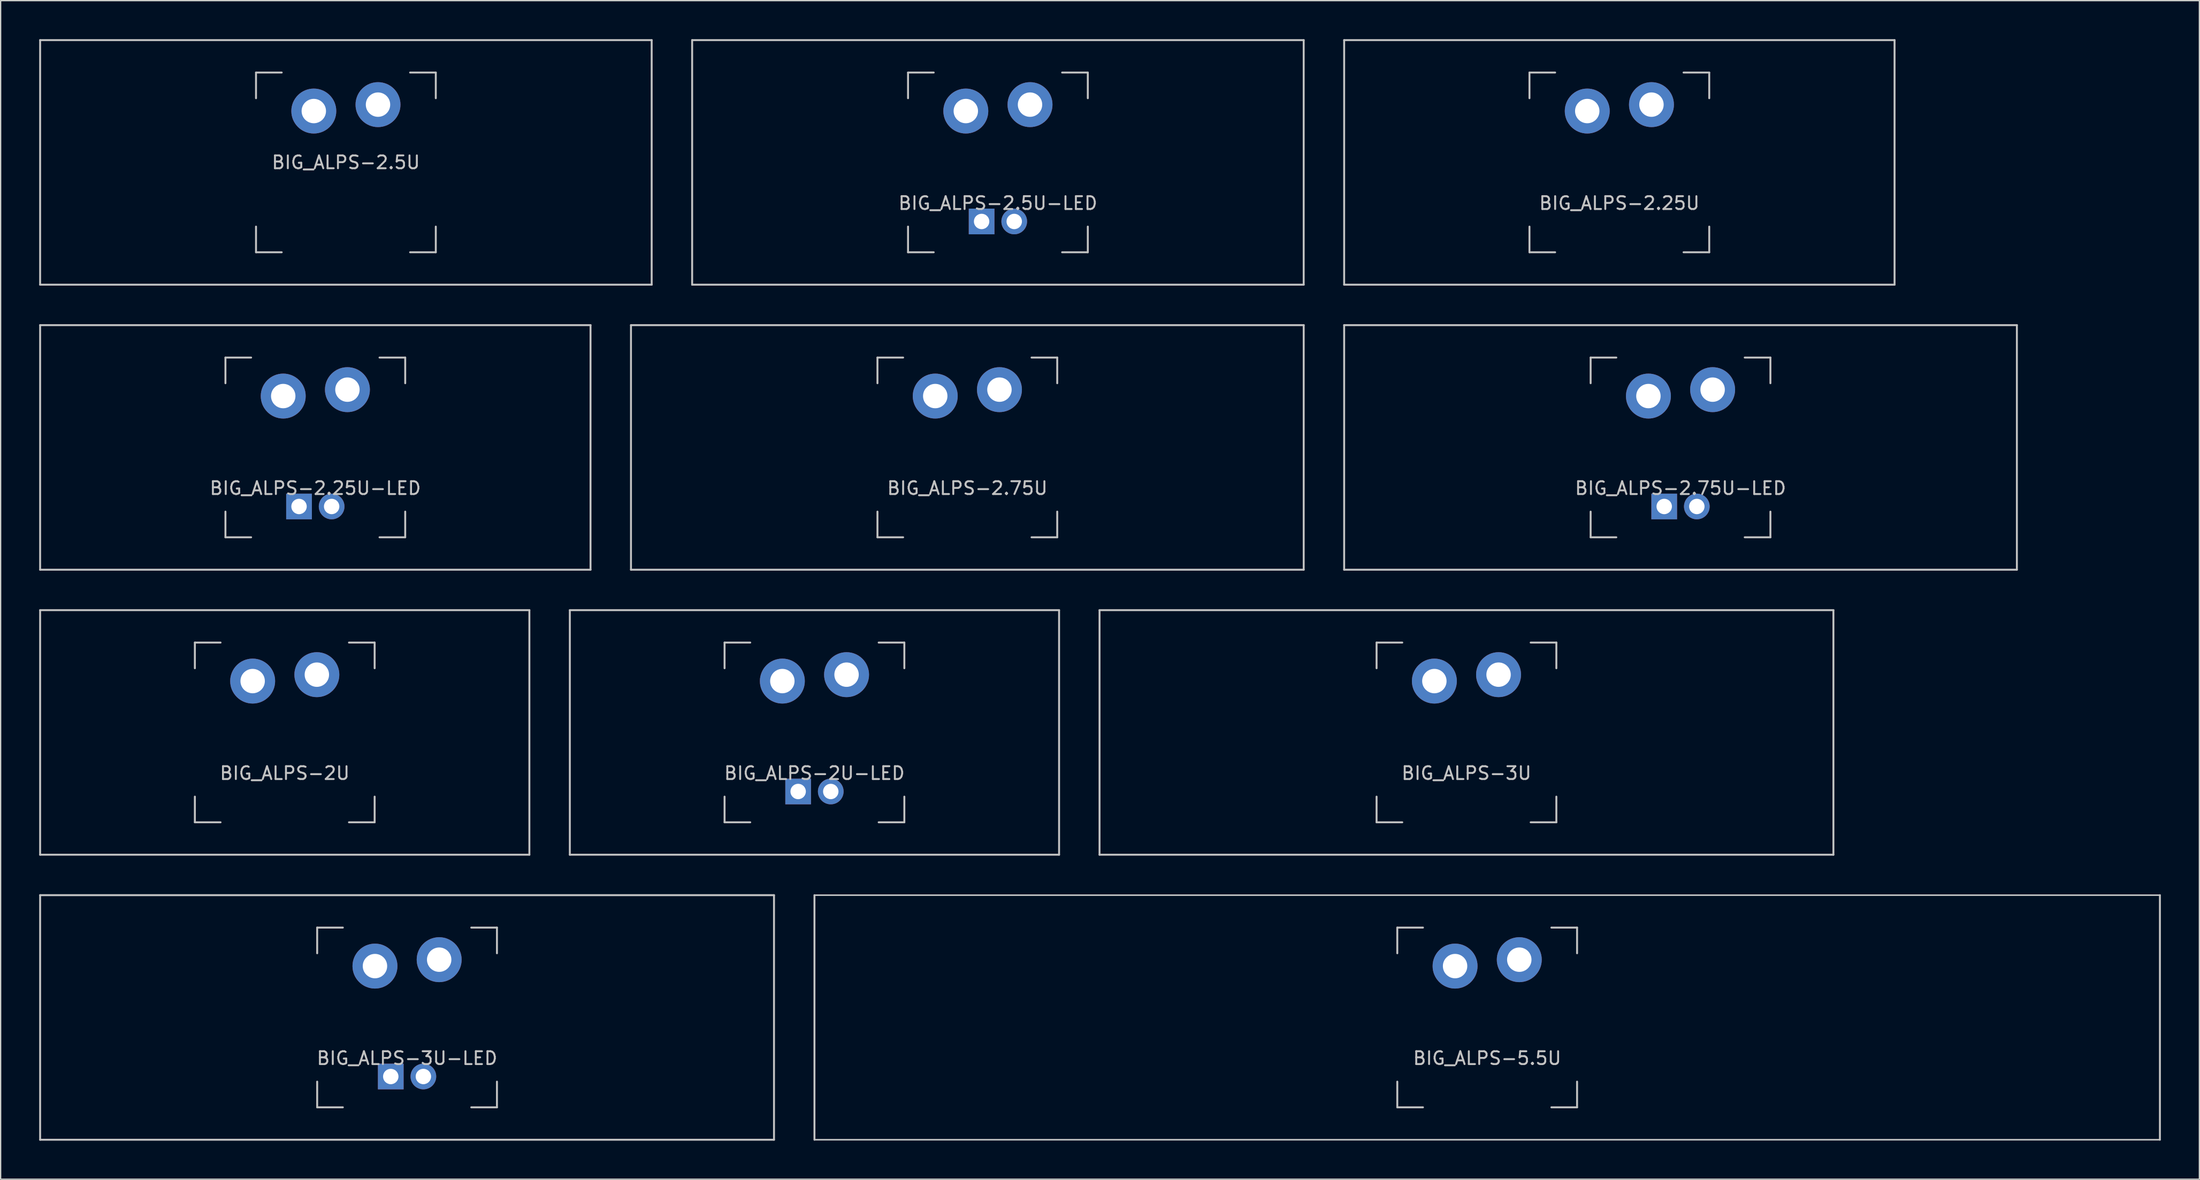
<source format=kicad_pcb>
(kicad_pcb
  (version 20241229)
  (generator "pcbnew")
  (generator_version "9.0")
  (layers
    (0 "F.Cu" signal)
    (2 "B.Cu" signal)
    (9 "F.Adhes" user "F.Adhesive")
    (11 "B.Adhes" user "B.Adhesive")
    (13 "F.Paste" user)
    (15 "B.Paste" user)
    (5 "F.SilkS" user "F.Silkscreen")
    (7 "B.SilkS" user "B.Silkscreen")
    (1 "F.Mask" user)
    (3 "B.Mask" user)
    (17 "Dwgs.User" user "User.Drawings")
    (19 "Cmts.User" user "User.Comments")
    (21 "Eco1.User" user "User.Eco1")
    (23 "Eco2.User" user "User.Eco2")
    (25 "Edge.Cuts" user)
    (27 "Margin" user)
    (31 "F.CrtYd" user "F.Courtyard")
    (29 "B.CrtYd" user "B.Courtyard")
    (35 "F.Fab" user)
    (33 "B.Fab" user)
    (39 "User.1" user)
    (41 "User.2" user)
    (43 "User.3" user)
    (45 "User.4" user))
  (footprint "BIG_ALPS-3U-LED"
    (layer "F.Cu")
    (at 28.65 76.2)
    (property "Reference" "BIG_ALPS-3U-LED" (at 0 3.175 0) (layer "Dwgs.User") (effects (font (size 1 1) (thickness 0.15))))
    (attr through_hole)
    (fp_line (start -28.575 -9.525) (end 28.575 -9.525) (stroke (width 0.15) (type solid)) (layer "Dwgs.User"))
    (fp_line (start -28.575 9.525) (end -28.575 -9.525) (stroke (width 0.15) (type solid)) (layer "Dwgs.User"))
    (fp_line (start -28.575 9.525) (end 28.575 9.525) (stroke (width 0.15) (type solid)) (layer "Dwgs.User"))
    (fp_line (start -7 -7) (end -7 -5) (stroke (width 0.15) (type solid)) (layer "Dwgs.User"))
    (fp_line (start -7 5) (end -7 7) (stroke (width 0.15) (type solid)) (layer "Dwgs.User"))
    (fp_line (start -7 7) (end -5 7) (stroke (width 0.15) (type solid)) (layer "Dwgs.User"))
    (fp_line (start -5 -7) (end -7 -7) (stroke (width 0.15) (type solid)) (layer "Dwgs.User"))
    (fp_line (start 5 -7) (end 7 -7) (stroke (width 0.15) (type solid)) (layer "Dwgs.User"))
    (fp_line (start 5 7) (end 7 7) (stroke (width 0.15) (type solid)) (layer "Dwgs.User"))
    (fp_line (start 7 -7) (end 7 -5) (stroke (width 0.15) (type solid)) (layer "Dwgs.User"))
    (fp_line (start 7 7) (end 7 5) (stroke (width 0.15) (type solid)) (layer "Dwgs.User"))
    (fp_line (start 28.575 -9.525) (end 28.575 9.525) (stroke (width 0.15) (type solid)) (layer "Dwgs.User"))
    (pad "1" thru_hole circle (at -2.5 -4) (size 3.5 3.5) (drill 1.9) (layers "*.Cu" "B.Mask"))
    (pad "2" thru_hole circle (at 2.5 -4.5) (size 3.5 3.5) (drill 1.9) (layers "*.Cu" "B.Mask"))
    (pad "3" thru_hole circle (at 1.27 4.6) (size 2 2) (drill 1.2) (layers "*.Cu" "B.Mask"))
    (pad "4" thru_hole rect (at -1.27 4.6) (size 2 2) (drill 1.2) (layers "*.Cu" "B.Mask")))
  (footprint "BIG_ALPS-2.5U-LED"
    (layer "F.Cu")
    (at 74.662 9.6)
    (property "Reference" "BIG_ALPS-2.5U-LED" (at 0 3.175 0) (layer "Dwgs.User") (effects (font (size 1 1) (thickness 0.15))))
    (attr through_hole)
    (fp_line (start -23.812 -9.525) (end 23.812 -9.525) (stroke (width 0.15) (type solid)) (layer "Dwgs.User"))
    (fp_line (start -23.812 9.525) (end -23.812 -9.525) (stroke (width 0.15) (type solid)) (layer "Dwgs.User"))
    (fp_line (start -23.812 9.525) (end 23.812 9.525) (stroke (width 0.15) (type solid)) (layer "Dwgs.User"))
    (fp_line (start -7 -7) (end -7 -5) (stroke (width 0.15) (type solid)) (layer "Dwgs.User"))
    (fp_line (start -7 5) (end -7 7) (stroke (width 0.15) (type solid)) (layer "Dwgs.User"))
    (fp_line (start -7 7) (end -5 7) (stroke (width 0.15) (type solid)) (layer "Dwgs.User"))
    (fp_line (start -5 -7) (end -7 -7) (stroke (width 0.15) (type solid)) (layer "Dwgs.User"))
    (fp_line (start 5 -7) (end 7 -7) (stroke (width 0.15) (type solid)) (layer "Dwgs.User"))
    (fp_line (start 5 7) (end 7 7) (stroke (width 0.15) (type solid)) (layer "Dwgs.User"))
    (fp_line (start 7 -7) (end 7 -5) (stroke (width 0.15) (type solid)) (layer "Dwgs.User"))
    (fp_line (start 7 7) (end 7 5) (stroke (width 0.15) (type solid)) (layer "Dwgs.User"))
    (fp_line (start 23.812 -9.525) (end 23.812 9.525) (stroke (width 0.15) (type solid)) (layer "Dwgs.User"))
    (pad "1" thru_hole circle (at -2.5 -4) (size 3.5 3.5) (drill 1.9) (layers "*.Cu" "B.Mask"))
    (pad "2" thru_hole circle (at 2.5 -4.5) (size 3.5 3.5) (drill 1.9) (layers "*.Cu" "B.Mask"))
    (pad "3" thru_hole circle (at 1.27 4.6) (size 2 2) (drill 1.2) (layers "*.Cu" "B.Mask"))
    (pad "4" thru_hole rect (at -1.27 4.6) (size 2 2) (drill 1.2) (layers "*.Cu" "B.Mask")))
  (footprint "BIG_ALPS-2.25U-LED"
    (layer "F.Cu")
    (at 21.506 31.8)
    (property "Reference" "BIG_ALPS-2.25U-LED" (at 0 3.175 0) (layer "Dwgs.User") (effects (font (size 1 1) (thickness 0.15))))
    (attr through_hole)
    (fp_line (start -21.431 -9.525) (end 21.431 -9.525) (stroke (width 0.15) (type solid)) (layer "Dwgs.User"))
    (fp_line (start -21.431 9.525) (end -21.431 -9.525) (stroke (width 0.15) (type solid)) (layer "Dwgs.User"))
    (fp_line (start -21.431 9.525) (end 21.431 9.525) (stroke (width 0.15) (type solid)) (layer "Dwgs.User"))
    (fp_line (start -7 -7) (end -7 -5) (stroke (width 0.15) (type solid)) (layer "Dwgs.User"))
    (fp_line (start -7 5) (end -7 7) (stroke (width 0.15) (type solid)) (layer "Dwgs.User"))
    (fp_line (start -7 7) (end -5 7) (stroke (width 0.15) (type solid)) (layer "Dwgs.User"))
    (fp_line (start -5 -7) (end -7 -7) (stroke (width 0.15) (type solid)) (layer "Dwgs.User"))
    (fp_line (start 5 -7) (end 7 -7) (stroke (width 0.15) (type solid)) (layer "Dwgs.User"))
    (fp_line (start 5 7) (end 7 7) (stroke (width 0.15) (type solid)) (layer "Dwgs.User"))
    (fp_line (start 7 -7) (end 7 -5) (stroke (width 0.15) (type solid)) (layer "Dwgs.User"))
    (fp_line (start 7 7) (end 7 5) (stroke (width 0.15) (type solid)) (layer "Dwgs.User"))
    (fp_line (start 21.431 -9.525) (end 21.431 9.525) (stroke (width 0.15) (type solid)) (layer "Dwgs.User"))
    (pad "1" thru_hole circle (at -2.5 -4) (size 3.5 3.5) (drill 1.9) (layers "*.Cu" "B.Mask"))
    (pad "2" thru_hole circle (at 2.5 -4.5) (size 3.5 3.5) (drill 1.9) (layers "*.Cu" "B.Mask"))
    (pad "3" thru_hole circle (at 1.27 4.6) (size 2 2) (drill 1.2) (layers "*.Cu" "B.Mask"))
    (pad "4" thru_hole rect (at -1.27 4.6) (size 2 2) (drill 1.2) (layers "*.Cu" "B.Mask")))
  (footprint "BIG_ALPS-2.75U-LED"
    (layer "F.Cu")
    (at 127.819 31.8)
    (property "Reference" "BIG_ALPS-2.75U-LED" (at 0 3.175 0) (layer "Dwgs.User") (effects (font (size 1 1) (thickness 0.15))))
    (attr through_hole)
    (fp_line (start -26.194 -9.525) (end 26.194 -9.525) (stroke (width 0.15) (type solid)) (layer "Dwgs.User"))
    (fp_line (start -26.194 9.525) (end -26.194 -9.525) (stroke (width 0.15) (type solid)) (layer "Dwgs.User"))
    (fp_line (start -26.194 9.525) (end 26.194 9.525) (stroke (width 0.15) (type solid)) (layer "Dwgs.User"))
    (fp_line (start -7 -7) (end -7 -5) (stroke (width 0.15) (type solid)) (layer "Dwgs.User"))
    (fp_line (start -7 5) (end -7 7) (stroke (width 0.15) (type solid)) (layer "Dwgs.User"))
    (fp_line (start -7 7) (end -5 7) (stroke (width 0.15) (type solid)) (layer "Dwgs.User"))
    (fp_line (start -5 -7) (end -7 -7) (stroke (width 0.15) (type solid)) (layer "Dwgs.User"))
    (fp_line (start 5 -7) (end 7 -7) (stroke (width 0.15) (type solid)) (layer "Dwgs.User"))
    (fp_line (start 5 7) (end 7 7) (stroke (width 0.15) (type solid)) (layer "Dwgs.User"))
    (fp_line (start 7 -7) (end 7 -5) (stroke (width 0.15) (type solid)) (layer "Dwgs.User"))
    (fp_line (start 7 7) (end 7 5) (stroke (width 0.15) (type solid)) (layer "Dwgs.User"))
    (fp_line (start 26.194 -9.525) (end 26.194 9.525) (stroke (width 0.15) (type solid)) (layer "Dwgs.User"))
    (pad "1" thru_hole circle (at -2.5 -4) (size 3.5 3.5) (drill 1.9) (layers "*.Cu" "B.Mask"))
    (pad "2" thru_hole circle (at 2.5 -4.5) (size 3.5 3.5) (drill 1.9) (layers "*.Cu" "B.Mask"))
    (pad "3" thru_hole circle (at 1.27 4.6) (size 2 2) (drill 1.2) (layers "*.Cu" "B.Mask"))
    (pad "4" thru_hole rect (at -1.27 4.6) (size 2 2) (drill 1.2) (layers "*.Cu" "B.Mask")))
  (footprint "BIG_ALPS-2.25U"
    (layer "F.Cu")
    (at 123.056 9.6)
    (property "Reference" "BIG_ALPS-2.25U" (at 0 3.175 0) (layer "Dwgs.User") (effects (font (size 1 1) (thickness 0.15))))
    (attr through_hole)
    (fp_line (start -21.431 -9.525) (end 21.431 -9.525) (stroke (width 0.15) (type solid)) (layer "Dwgs.User"))
    (fp_line (start -21.431 9.525) (end -21.431 -9.525) (stroke (width 0.15) (type solid)) (layer "Dwgs.User"))
    (fp_line (start -21.431 9.525) (end 21.431 9.525) (stroke (width 0.15) (type solid)) (layer "Dwgs.User"))
    (fp_line (start -7 -7) (end -7 -5) (stroke (width 0.15) (type solid)) (layer "Dwgs.User"))
    (fp_line (start -7 5) (end -7 7) (stroke (width 0.15) (type solid)) (layer "Dwgs.User"))
    (fp_line (start -7 7) (end -5 7) (stroke (width 0.15) (type solid)) (layer "Dwgs.User"))
    (fp_line (start -5 -7) (end -7 -7) (stroke (width 0.15) (type solid)) (layer "Dwgs.User"))
    (fp_line (start 5 -7) (end 7 -7) (stroke (width 0.15) (type solid)) (layer "Dwgs.User"))
    (fp_line (start 5 7) (end 7 7) (stroke (width 0.15) (type solid)) (layer "Dwgs.User"))
    (fp_line (start 7 -7) (end 7 -5) (stroke (width 0.15) (type solid)) (layer "Dwgs.User"))
    (fp_line (start 7 7) (end 7 5) (stroke (width 0.15) (type solid)) (layer "Dwgs.User"))
    (fp_line (start 21.431 -9.525) (end 21.431 9.525) (stroke (width 0.15) (type solid)) (layer "Dwgs.User"))
    (pad "1" thru_hole circle (at -2.5 -4) (size 3.5 3.5) (drill 1.9) (layers "*.Cu" "B.Mask"))
    (pad "2" thru_hole circle (at 2.5 -4.5) (size 3.5 3.5) (drill 1.9) (layers "*.Cu" "B.Mask")))
  (footprint "BIG_ALPS-5.5U"
    (layer "F.Cu")
    (at 112.763 76.2)
    (property "Reference" "BIG_ALPS-5.5U" (at 0 3.175 0) (layer "Dwgs.User") (effects (font (size 1 1) (thickness 0.15))))
    (fp_line (start -52.388 9.525) (end -52.388 -9.525) (stroke (width 0.15) (type solid)) (layer "Dwgs.User"))
    (fp_line (start -52.388 9.525) (end 52.388 9.525) (stroke (width 0.12) (type solid)) (layer "Dwgs.User"))
    (fp_line (start -7 -7) (end -7 -5) (stroke (width 0.15) (type solid)) (layer "Dwgs.User"))
    (fp_line (start -7 5) (end -7 7) (stroke (width 0.15) (type solid)) (layer "Dwgs.User"))
    (fp_line (start -7 7) (end -5 7) (stroke (width 0.15) (type solid)) (layer "Dwgs.User"))
    (fp_line (start -5 -7) (end -7 -7) (stroke (width 0.15) (type solid)) (layer "Dwgs.User"))
    (fp_line (start 5 -7) (end 7 -7) (stroke (width 0.15) (type solid)) (layer "Dwgs.User"))
    (fp_line (start 5 7) (end 7 7) (stroke (width 0.15) (type solid)) (layer "Dwgs.User"))
    (fp_line (start 7 -7) (end 7 -5) (stroke (width 0.15) (type solid)) (layer "Dwgs.User"))
    (fp_line (start 7 7) (end 7 5) (stroke (width 0.15) (type solid)) (layer "Dwgs.User"))
    (fp_line (start 52.388 -9.525) (end -52.388 -9.525) (stroke (width 0.12) (type solid)) (layer "Dwgs.User"))
    (fp_line (start 52.388 -9.525) (end 52.388 9.525) (stroke (width 0.15) (type solid)) (layer "Dwgs.User"))
    (pad "1" thru_hole circle (at -2.5 -4) (size 3.5 3.5) (drill 1.9) (layers "*.Cu" "*.Mask"))
    (pad "2" thru_hole circle (at 2.5 -4.5 90) (size 3.5 3.5) (drill 1.9) (layers "*.Cu" "*.Mask")))
  (footprint "BIG_ALPS-2.75U"
    (layer "F.Cu")
    (at 72.281 31.8)
    (property "Reference" "BIG_ALPS-2.75U" (at 0 3.175 0) (layer "Dwgs.User") (effects (font (size 1 1) (thickness 0.15))))
    (attr through_hole)
    (fp_line (start -26.194 -9.525) (end 26.194 -9.525) (stroke (width 0.15) (type solid)) (layer "Dwgs.User"))
    (fp_line (start -26.194 9.525) (end -26.194 -9.525) (stroke (width 0.15) (type solid)) (layer "Dwgs.User"))
    (fp_line (start -26.194 9.525) (end 26.194 9.525) (stroke (width 0.15) (type solid)) (layer "Dwgs.User"))
    (fp_line (start -7 -7) (end -7 -5) (stroke (width 0.15) (type solid)) (layer "Dwgs.User"))
    (fp_line (start -7 5) (end -7 7) (stroke (width 0.15) (type solid)) (layer "Dwgs.User"))
    (fp_line (start -7 7) (end -5 7) (stroke (width 0.15) (type solid)) (layer "Dwgs.User"))
    (fp_line (start -5 -7) (end -7 -7) (stroke (width 0.15) (type solid)) (layer "Dwgs.User"))
    (fp_line (start 5 -7) (end 7 -7) (stroke (width 0.15) (type solid)) (layer "Dwgs.User"))
    (fp_line (start 5 7) (end 7 7) (stroke (width 0.15) (type solid)) (layer "Dwgs.User"))
    (fp_line (start 7 -7) (end 7 -5) (stroke (width 0.15) (type solid)) (layer "Dwgs.User"))
    (fp_line (start 7 7) (end 7 5) (stroke (width 0.15) (type solid)) (layer "Dwgs.User"))
    (fp_line (start 26.194 -9.525) (end 26.194 9.525) (stroke (width 0.15) (type solid)) (layer "Dwgs.User"))
    (pad "1" thru_hole circle (at -2.5 -4) (size 3.5 3.5) (drill 1.9) (layers "*.Cu" "B.Mask"))
    (pad "2" thru_hole circle (at 2.5 -4.5) (size 3.5 3.5) (drill 1.9) (layers "*.Cu" "B.Mask")))
  (footprint "BIG_ALPS-2U"
    (layer "F.Cu")
    (at 19.125 54)
    (property "Reference" "BIG_ALPS-2U" (at 0 3.175 0) (layer "Dwgs.User") (effects (font (size 1 1) (thickness 0.15))))
    (attr through_hole)
    (fp_line (start -19.05 -9.525) (end 19.05 -9.525) (stroke (width 0.15) (type solid)) (layer "Dwgs.User"))
    (fp_line (start -19.05 9.525) (end -19.05 -9.525) (stroke (width 0.15) (type solid)) (layer "Dwgs.User"))
    (fp_line (start -19.05 9.525) (end 19.05 9.525) (stroke (width 0.15) (type solid)) (layer "Dwgs.User"))
    (fp_line (start -7 -7) (end -7 -5) (stroke (width 0.15) (type solid)) (layer "Dwgs.User"))
    (fp_line (start -7 5) (end -7 7) (stroke (width 0.15) (type solid)) (layer "Dwgs.User"))
    (fp_line (start -7 7) (end -5 7) (stroke (width 0.15) (type solid)) (layer "Dwgs.User"))
    (fp_line (start -5 -7) (end -7 -7) (stroke (width 0.15) (type solid)) (layer "Dwgs.User"))
    (fp_line (start 5 -7) (end 7 -7) (stroke (width 0.15) (type solid)) (layer "Dwgs.User"))
    (fp_line (start 5 7) (end 7 7) (stroke (width 0.15) (type solid)) (layer "Dwgs.User"))
    (fp_line (start 7 -7) (end 7 -5) (stroke (width 0.15) (type solid)) (layer "Dwgs.User"))
    (fp_line (start 7 7) (end 7 5) (stroke (width 0.15) (type solid)) (layer "Dwgs.User"))
    (fp_line (start 19.05 -9.525) (end 19.05 9.525) (stroke (width 0.15) (type solid)) (layer "Dwgs.User"))
    (pad "1" thru_hole circle (at -2.5 -4) (size 3.5 3.5) (drill 1.9) (layers "*.Cu" "B.Mask"))
    (pad "2" thru_hole circle (at 2.5 -4.5) (size 3.5 3.5) (drill 1.9) (layers "*.Cu" "B.Mask")))
  (footprint "BIG_ALPS-2U-LED"
    (layer "F.Cu")
    (at 60.375 54)
    (property "Reference" "BIG_ALPS-2U-LED" (at 0 3.175 0) (layer "Dwgs.User") (effects (font (size 1 1) (thickness 0.15))))
    (attr through_hole)
    (fp_line (start -19.05 -9.525) (end 19.05 -9.525) (stroke (width 0.15) (type solid)) (layer "Dwgs.User"))
    (fp_line (start -19.05 9.525) (end -19.05 -9.525) (stroke (width 0.15) (type solid)) (layer "Dwgs.User"))
    (fp_line (start -19.05 9.525) (end 19.05 9.525) (stroke (width 0.15) (type solid)) (layer "Dwgs.User"))
    (fp_line (start -7 -7) (end -7 -5) (stroke (width 0.15) (type solid)) (layer "Dwgs.User"))
    (fp_line (start -7 5) (end -7 7) (stroke (width 0.15) (type solid)) (layer "Dwgs.User"))
    (fp_line (start -7 7) (end -5 7) (stroke (width 0.15) (type solid)) (layer "Dwgs.User"))
    (fp_line (start -5 -7) (end -7 -7) (stroke (width 0.15) (type solid)) (layer "Dwgs.User"))
    (fp_line (start 5 -7) (end 7 -7) (stroke (width 0.15) (type solid)) (layer "Dwgs.User"))
    (fp_line (start 5 7) (end 7 7) (stroke (width 0.15) (type solid)) (layer "Dwgs.User"))
    (fp_line (start 7 -7) (end 7 -5) (stroke (width 0.15) (type solid)) (layer "Dwgs.User"))
    (fp_line (start 7 7) (end 7 5) (stroke (width 0.15) (type solid)) (layer "Dwgs.User"))
    (fp_line (start 19.05 -9.525) (end 19.05 9.525) (stroke (width 0.15) (type solid)) (layer "Dwgs.User"))
    (pad "1" thru_hole circle (at -2.5 -4) (size 3.5 3.5) (drill 1.9) (layers "*.Cu" "B.Mask"))
    (pad "2" thru_hole circle (at 2.5 -4.5) (size 3.5 3.5) (drill 1.9) (layers "*.Cu" "B.Mask"))
    (pad "3" thru_hole circle (at 1.27 4.6) (size 2 2) (drill 1.2) (layers "*.Cu" "B.Mask"))
    (pad "4" thru_hole rect (at -1.27 4.6) (size 2 2) (drill 1.2) (layers "*.Cu" "B.Mask")))
  (footprint "BIG_ALPS-3U"
    (layer "F.Cu")
    (at 111.15 54)
    (property "Reference" "BIG_ALPS-3U" (at 0 3.175 0) (layer "Dwgs.User") (effects (font (size 1 1) (thickness 0.15))))
    (attr through_hole)
    (fp_line (start -28.575 -9.525) (end 28.575 -9.525) (stroke (width 0.15) (type solid)) (layer "Dwgs.User"))
    (fp_line (start -28.575 9.525) (end -28.575 -9.525) (stroke (width 0.15) (type solid)) (layer "Dwgs.User"))
    (fp_line (start -28.575 9.525) (end 28.575 9.525) (stroke (width 0.15) (type solid)) (layer "Dwgs.User"))
    (fp_line (start -7 -7) (end -7 -5) (stroke (width 0.15) (type solid)) (layer "Dwgs.User"))
    (fp_line (start -7 5) (end -7 7) (stroke (width 0.15) (type solid)) (layer "Dwgs.User"))
    (fp_line (start -7 7) (end -5 7) (stroke (width 0.15) (type solid)) (layer "Dwgs.User"))
    (fp_line (start -5 -7) (end -7 -7) (stroke (width 0.15) (type solid)) (layer "Dwgs.User"))
    (fp_line (start 5 -7) (end 7 -7) (stroke (width 0.15) (type solid)) (layer "Dwgs.User"))
    (fp_line (start 5 7) (end 7 7) (stroke (width 0.15) (type solid)) (layer "Dwgs.User"))
    (fp_line (start 7 -7) (end 7 -5) (stroke (width 0.15) (type solid)) (layer "Dwgs.User"))
    (fp_line (start 7 7) (end 7 5) (stroke (width 0.15) (type solid)) (layer "Dwgs.User"))
    (fp_line (start 28.575 -9.525) (end 28.575 9.525) (stroke (width 0.15) (type solid)) (layer "Dwgs.User"))
    (pad "1" thru_hole circle (at -2.5 -4) (size 3.5 3.5) (drill 1.9) (layers "*.Cu" "B.Mask"))
    (pad "2" thru_hole circle (at 2.5 -4.5) (size 3.5 3.5) (drill 1.9) (layers "*.Cu" "B.Mask")))
  (footprint "BIG_ALPS-2.5U"
    (layer "F.Cu")
    (at 23.887 9.6)
    (property "Reference" "BIG_ALPS-2.5U" (at 0 0 0) (layer "Dwgs.User") (effects (font (size 1 1) (thickness 0.15))))
    (attr through_hole)
    (fp_line (start -23.812 -9.525) (end 23.812 -9.525) (stroke (width 0.15) (type solid)) (layer "Dwgs.User"))
    (fp_line (start -23.812 9.525) (end -23.812 -9.525) (stroke (width 0.15) (type solid)) (layer "Dwgs.User"))
    (fp_line (start -23.812 9.525) (end 23.812 9.525) (stroke (width 0.15) (type solid)) (layer "Dwgs.User"))
    (fp_line (start -7 -7) (end -7 -5) (stroke (width 0.15) (type solid)) (layer "Dwgs.User"))
    (fp_line (start -7 5) (end -7 7) (stroke (width 0.15) (type solid)) (layer "Dwgs.User"))
    (fp_line (start -7 7) (end -5 7) (stroke (width 0.15) (type solid)) (layer "Dwgs.User"))
    (fp_line (start -5 -7) (end -7 -7) (stroke (width 0.15) (type solid)) (layer "Dwgs.User"))
    (fp_line (start 5 -7) (end 7 -7) (stroke (width 0.15) (type solid)) (layer "Dwgs.User"))
    (fp_line (start 5 7) (end 7 7) (stroke (width 0.15) (type solid)) (layer "Dwgs.User"))
    (fp_line (start 7 -7) (end 7 -5) (stroke (width 0.15) (type solid)) (layer "Dwgs.User"))
    (fp_line (start 7 7) (end 7 5) (stroke (width 0.15) (type solid)) (layer "Dwgs.User"))
    (fp_line (start 23.812 -9.525) (end 23.812 9.525) (stroke (width 0.15) (type solid)) (layer "Dwgs.User"))
    (pad "1" thru_hole circle (at -2.5 -4) (size 3.5 3.5) (drill 1.9) (layers "*.Cu" "B.Mask"))
    (pad "2" thru_hole circle (at 2.5 -4.5) (size 3.5 3.5) (drill 1.9) (layers "*.Cu" "B.Mask")))
  (gr_rect
    (start -3 -3)
    (end 168.225 88.8)
    (stroke (width 0.1) (type default))
    (fill no)
    (layer "Edge.Cuts")))
</source>
